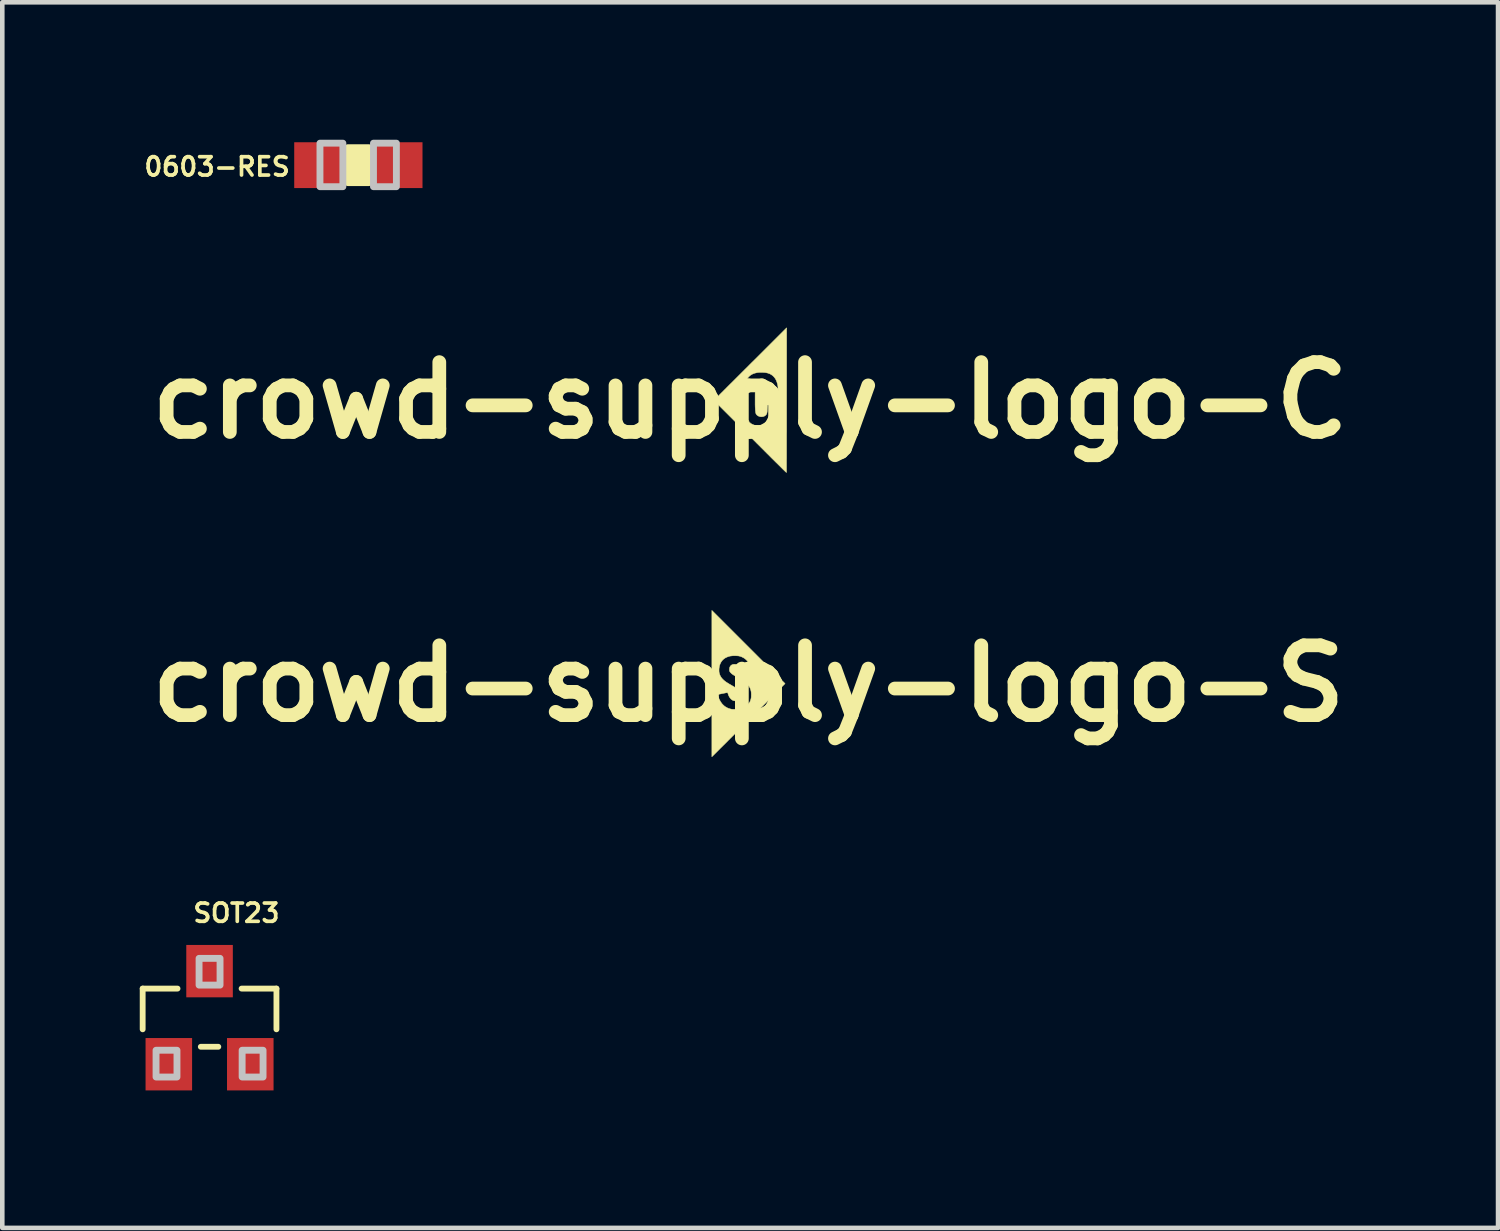
<source format=kicad_pcb>
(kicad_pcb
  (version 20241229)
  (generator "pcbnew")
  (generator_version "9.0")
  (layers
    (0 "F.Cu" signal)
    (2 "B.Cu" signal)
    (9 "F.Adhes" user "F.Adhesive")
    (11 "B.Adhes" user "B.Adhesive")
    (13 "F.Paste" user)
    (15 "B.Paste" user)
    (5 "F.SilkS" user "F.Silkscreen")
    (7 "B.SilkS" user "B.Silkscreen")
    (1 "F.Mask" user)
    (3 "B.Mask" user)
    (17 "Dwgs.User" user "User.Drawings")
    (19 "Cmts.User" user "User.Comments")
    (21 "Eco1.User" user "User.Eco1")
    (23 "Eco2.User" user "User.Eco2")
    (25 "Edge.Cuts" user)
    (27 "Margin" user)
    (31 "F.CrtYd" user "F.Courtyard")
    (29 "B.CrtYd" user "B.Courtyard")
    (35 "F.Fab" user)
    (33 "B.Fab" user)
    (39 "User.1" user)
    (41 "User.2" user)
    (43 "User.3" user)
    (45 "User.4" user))
  (footprint "crowd-supply-logo-S"
    (layer "F.Cu")
    (at 13.288 11.87)
    (property "Reference" "crowd-supply-logo-S" (at 0 0 0) (layer "F.SilkS") (effects (font (size 1.524 1.524) (thickness 0.3))))
    (attr through_hole)
    (fp_poly (pts (xy -0.001 -0.798) (xy 0.798 0.001) (xy -0.001 0.8) (xy -0.049 0.848) (xy -0.097 0.896) (xy -0.144 0.943) (xy -0.191 0.99) (xy -0.236 1.035) (xy -0.28 1.079) (xy -0.323 1.122) (xy -0.365 1.164) (xy -0.405 1.204) (xy -0.444 1.243) (xy -0.481 1.28) (xy -0.517 1.316) (xy -0.551 1.35) (xy -0.583 1.382) (xy -0.614 1.412) (xy -0.642 1.441) (xy -0.668 1.467) (xy -0.692 1.491) (xy -0.714 1.513) (xy -0.734 1.533) (xy -0.751 1.55) (xy -0.766 1.565) (xy -0.778 1.577) (xy -0.788 1.586) (xy -0.795 1.593) (xy -0.799 1.597) (xy -0.8 1.598) (xy -0.8 1.596) (xy -0.8 1.59) (xy -0.8 1.579) (xy -0.8 1.565) (xy -0.8 1.547) (xy -0.8 1.526) (xy -0.8 1.5) (xy -0.8 1.471) (xy -0.8 1.439) (xy -0.8 1.404) (xy -0.8 1.365) (xy -0.8 1.323) (xy -0.8 1.278) (xy -0.8 1.23) (xy -0.8 1.18) (xy -0.8 1.127) (xy -0.8 1.071) (xy -0.8 1.013) (xy -0.8 0.952) (xy -0.8 0.889) (xy -0.8 0.824) (xy -0.8 0.757) (xy -0.8 0.688) (xy -0.8 0.617) (xy -0.8 0.544) (xy -0.8 0.469) (xy -0.8 0.393) (xy -0.8 0.316) (xy -0.8 0.247) (xy -0.673 0.247) (xy -0.672 0.254) (xy -0.669 0.263) (xy -0.665 0.276) (xy -0.651 0.315) (xy -0.635 0.351) (xy -0.616 0.386) (xy -0.595 0.418) (xy -0.573 0.447) (xy -0.548 0.472) (xy -0.523 0.494) (xy -0.514 0.501) (xy -0.489 0.516) (xy -0.462 0.531) (xy -0.433 0.543) (xy -0.404 0.552) (xy -0.375 0.559) (xy -0.369 0.56) (xy -0.358 0.561) (xy -0.344 0.562) (xy -0.327 0.563) (xy -0.308 0.563) (xy -0.289 0.563) (xy -0.269 0.562) (xy -0.25 0.561) (xy -0.249 0.561) (xy -0.226 0.559) (xy -0.207 0.557) (xy -0.189 0.554) (xy -0.174 0.551) (xy -0.16 0.547) (xy -0.153 0.545) (xy -0.117 0.531) (xy -0.085 0.515) (xy -0.055 0.495) (xy -0.028 0.473) (xy -0.02 0.465) (xy 0.002 0.44) (xy 0.021 0.414) (xy 0.036 0.387) (xy 0.047 0.357) (xy 0.055 0.325) (xy 0.056 0.321) (xy 0.058 0.309) (xy 0.059 0.294) (xy 0.06 0.277) (xy 0.06 0.258) (xy 0.061 0.239) (xy 0.06 0.22) (xy 0.059 0.203) (xy 0.058 0.188) (xy 0.057 0.176) (xy 0.056 0.174) (xy 0.049 0.142) (xy 0.039 0.112) (xy 0.027 0.085) (xy 0.011 0.059) (xy -0.008 0.034) (xy -0.03 0.009) (xy -0.038 0.001) (xy -0.053 -0.013) (xy -0.069 -0.026) (xy -0.086 -0.04) (xy -0.104 -0.053) (xy -0.123 -0.067) (xy -0.146 -0.081) (xy -0.17 -0.096) (xy -0.198 -0.113) (xy -0.229 -0.13) (xy -0.243 -0.139) (xy -0.267 -0.152) (xy -0.288 -0.164) (xy -0.306 -0.174) (xy -0.321 -0.183) (xy -0.334 -0.192) (xy -0.346 -0.199) (xy -0.355 -0.206) (xy -0.364 -0.213) (xy -0.372 -0.22) (xy -0.38 -0.228) (xy -0.385 -0.233) (xy -0.396 -0.244) (xy -0.404 -0.254) (xy -0.41 -0.264) (xy -0.414 -0.274) (xy -0.416 -0.285) (xy -0.417 -0.3) (xy -0.417 -0.3) (xy -0.416 -0.323) (xy -0.413 -0.343) (xy -0.407 -0.361) (xy -0.398 -0.377) (xy -0.388 -0.39) (xy -0.373 -0.403) (xy -0.356 -0.412) (xy -0.336 -0.418) (xy -0.314 -0.421) (xy -0.308 -0.421) (xy -0.297 -0.421) (xy -0.284 -0.419) (xy -0.271 -0.417) (xy -0.259 -0.414) (xy -0.249 -0.411) (xy -0.245 -0.41) (xy -0.233 -0.402) (xy -0.22 -0.39) (xy -0.207 -0.376) (xy -0.194 -0.359) (xy -0.182 -0.341) (xy -0.171 -0.321) (xy -0.164 -0.308) (xy -0.159 -0.298) (xy -0.155 -0.29) (xy -0.151 -0.283) (xy -0.149 -0.28) (xy -0.145 -0.275) (xy -0.142 -0.274) (xy -0.137 -0.274) (xy -0.137 -0.274) (xy -0.131 -0.276) (xy -0.122 -0.278) (xy -0.11 -0.281) (xy -0.096 -0.285) (xy -0.08 -0.29) (xy -0.063 -0.294) (xy -0.046 -0.299) (xy -0.029 -0.305) (xy -0.012 -0.309) (xy 0.003 -0.314) (xy 0.017 -0.319) (xy 0.029 -0.322) (xy 0.039 -0.325) (xy 0.045 -0.327) (xy 0.047 -0.328) (xy 0.05 -0.332) (xy 0.051 -0.337) (xy 0.05 -0.344) (xy 0.047 -0.354) (xy 0.043 -0.366) (xy 0.038 -0.38) (xy 0.032 -0.395) (xy 0.026 -0.411) (xy 0.019 -0.425) (xy 0.012 -0.439) (xy 0.007 -0.448) (xy -0.012 -0.477) (xy -0.035 -0.503) (xy -0.06 -0.527) (xy -0.087 -0.549) (xy -0.117 -0.567) (xy -0.148 -0.582) (xy -0.18 -0.594) (xy -0.212 -0.602) (xy -0.214 -0.602) (xy -0.226 -0.604) (xy -0.241 -0.605) (xy -0.259 -0.606) (xy -0.277 -0.607) (xy -0.297 -0.607) (xy -0.316 -0.607) (xy -0.333 -0.607) (xy -0.349 -0.606) (xy -0.352 -0.606) (xy -0.374 -0.603) (xy -0.392 -0.601) (xy -0.409 -0.598) (xy -0.424 -0.594) (xy -0.441 -0.589) (xy -0.443 -0.588) (xy -0.477 -0.575) (xy -0.508 -0.559) (xy -0.536 -0.54) (xy -0.561 -0.518) (xy -0.583 -0.493) (xy -0.601 -0.466) (xy -0.616 -0.436) (xy -0.629 -0.403) (xy -0.638 -0.367) (xy -0.639 -0.357) (xy -0.642 -0.336) (xy -0.644 -0.314) (xy -0.644 -0.292) (xy -0.644 -0.27) (xy -0.642 -0.251) (xy -0.641 -0.241) (xy -0.633 -0.21) (xy -0.622 -0.18) (xy -0.607 -0.151) (xy -0.588 -0.123) (xy -0.565 -0.097) (xy -0.538 -0.071) (xy -0.537 -0.07) (xy -0.527 -0.062) (xy -0.517 -0.054) (xy -0.507 -0.046) (xy -0.495 -0.037) (xy -0.483 -0.029) (xy -0.469 -0.02) (xy -0.453 -0.01) (xy -0.435 0.001) (xy -0.414 0.014) (xy -0.391 0.027) (xy -0.364 0.043) (xy -0.358 0.047) (xy -0.329 0.063) (xy -0.304 0.078) (xy -0.282 0.092) (xy -0.263 0.105) (xy -0.246 0.116) (xy -0.232 0.127) (xy -0.219 0.138) (xy -0.207 0.148) (xy -0.203 0.152) (xy -0.188 0.17) (xy -0.176 0.188) (xy -0.168 0.207) (xy -0.164 0.228) (xy -0.163 0.251) (xy -0.164 0.257) (xy -0.167 0.281) (xy -0.173 0.303) (xy -0.182 0.321) (xy -0.194 0.338) (xy -0.209 0.352) (xy -0.215 0.356) (xy -0.23 0.365) (xy -0.245 0.371) (xy -0.263 0.375) (xy -0.27 0.377) (xy -0.294 0.378) (xy -0.316 0.375) (xy -0.337 0.369) (xy -0.356 0.359) (xy -0.375 0.344) (xy -0.383 0.337) (xy -0.403 0.314) (xy -0.42 0.289) (xy -0.434 0.26) (xy -0.445 0.231) (xy -0.448 0.218) (xy -0.452 0.209) (xy -0.455 0.204) (xy -0.459 0.2) (xy -0.463 0.199) (xy -0.468 0.198) (xy -0.472 0.199) (xy -0.481 0.2) (xy -0.492 0.202) (xy -0.505 0.205) (xy -0.521 0.208) (xy -0.537 0.211) (xy -0.555 0.215) (xy -0.573 0.218) (xy -0.591 0.222) (xy -0.608 0.226) (xy -0.625 0.229) (xy -0.639 0.232) (xy -0.652 0.235) (xy -0.661 0.237) (xy -0.668 0.239) (xy -0.671 0.24) (xy -0.673 0.242) (xy -0.673 0.247) (xy -0.8 0.247) (xy -0.8 0.237) (xy -0.8 0.157) (xy -0.8 0.076) (xy -0.8 -1.597) (xy -0.001 -0.798)) (stroke (width 0.01) (type solid)) (fill yes) (layer "F.SilkS")))
  (footprint "SOT23"
    (layer "F.Cu")
    (at 1.524 19.163)
    (property "Reference" "SOT23" (at -0.4 -2.05 0) (layer "F.SilkS") (effects (font (size 0.4 0.4) (thickness 0.08)) (justify left bottom)))
    (attr through_hole)
    (fp_line (start -1.46 -0.635) (end -1.46 0.254) (stroke (width 0.127) (type solid)) (layer "F.SilkS"))
    (fp_line (start -0.699 -0.635) (end -1.46 -0.635) (stroke (width 0.127) (type solid)) (layer "F.SilkS"))
    (fp_line (start -0.191 0.635) (end 0.191 0.635) (stroke (width 0.127) (type solid)) (layer "F.SilkS"))
    (fp_line (start 1.46 -0.635) (end 0.699 -0.635) (stroke (width 0.127) (type solid)) (layer "F.SilkS"))
    (fp_line (start 1.46 0.254) (end 1.46 -0.635) (stroke (width 0.127) (type solid)) (layer "F.SilkS"))
    (fp_poly (pts (xy -1.168 1.295) (xy -0.711 1.295) (xy -0.711 0.711) (xy -1.168 0.711)) (stroke (width 0.15) (type solid)) (fill no) (layer "Dwgs.User"))
    (fp_poly (pts (xy -0.229 -0.711) (xy 0.229 -0.711) (xy 0.229 -1.295) (xy -0.229 -1.295)) (stroke (width 0.15) (type solid)) (fill no) (layer "Dwgs.User"))
    (fp_poly (pts (xy 0.711 1.295) (xy 1.168 1.295) (xy 1.168 0.711) (xy 0.711 0.711)) (stroke (width 0.15) (type solid)) (fill no) (layer "Dwgs.User"))
    (pad "1" smd rect (at -0.889 1.016 180) (size 1.016 1.143) (layers "F.Cu" "F.Mask" "F.Paste"))
    (pad "2" smd rect (at 0.889 1.016) (size 1.016 1.143) (layers "F.Cu" "F.Mask" "F.Paste"))
    (pad "3" smd rect (at 0 -1.016) (size 1.016 1.143) (layers "F.Cu" "F.Mask" "F.Paste")))
  (footprint "crowd-supply-logo-C"
    (layer "F.Cu")
    (at 13.324 5.689)
    (property "Reference" "crowd-supply-logo-C" (at 0 0 0) (layer "F.SilkS") (effects (font (size 1.524 1.524) (thickness 0.3))))
    (attr through_hole)
    (fp_poly (pts (xy -0.042 0.431) (xy -0.043 0.432) (xy -0.044 0.431) (xy -0.043 0.43) (xy -0.042 0.431)) (stroke (width 0.01) (type solid)) (fill yes) (layer "F.SilkS"))
    (fp_poly (pts (xy -0.021 0.458) (xy -0.022 0.459) (xy -0.023 0.458) (xy -0.022 0.457) (xy -0.021 0.458)) (stroke (width 0.01) (type solid)) (fill yes) (layer "F.SilkS"))
    (fp_poly (pts (xy 0 0.477) (xy -0.001 0.478) (xy -0.002 0.477) (xy -0.001 0.476) (xy 0 0.477)) (stroke (width 0.01) (type solid)) (fill yes) (layer "F.SilkS"))
    (fp_poly (pts (xy -0.109 -0.253) (xy -0.108 -0.251) (xy -0.109 -0.25) (xy -0.11 -0.251) (xy -0.11 -0.252) (xy -0.109 -0.254) (xy -0.109 -0.253)) (stroke (width 0.01) (type solid)) (fill yes) (layer "F.SilkS"))
    (fp_poly (pts (xy -0.107 -0.304) (xy -0.106 -0.302) (xy -0.107 -0.301) (xy -0.108 -0.302) (xy -0.108 -0.303) (xy -0.107 -0.304) (xy -0.107 -0.304)) (stroke (width 0.01) (type solid)) (fill yes) (layer "F.SilkS"))
    (fp_poly (pts (xy -0.039 0.437) (xy -0.038 0.438) (xy -0.035 0.44) (xy -0.034 0.442) (xy -0.035 0.442) (xy -0.038 0.439) (xy -0.038 0.439) (xy -0.04 0.436) (xy -0.039 0.437)) (stroke (width 0.01) (type solid)) (fill yes) (layer "F.SilkS"))
    (fp_poly (pts (xy -0.029 0.449) (xy -0.025 0.453) (xy -0.023 0.455) (xy -0.024 0.455) (xy -0.026 0.454) (xy -0.029 0.45) (xy -0.03 0.449) (xy -0.035 0.443) (xy -0.029 0.449)) (stroke (width 0.01) (type solid)) (fill yes) (layer "F.SilkS"))
    (fp_poly (pts (xy 0.795 -0.008) (xy 0.795 0.073) (xy 0.795 0.154) (xy 0.795 0.233) (xy 0.795 0.311) (xy 0.795 0.388) (xy 0.795 0.463) (xy 0.795 0.537) (xy 0.795 0.609) (xy 0.795 0.68) (xy 0.794 0.748) (xy 0.794 0.815) (xy 0.794 0.879) (xy 0.794 0.942) (xy 0.794 1.002) (xy 0.794 1.059) (xy 0.794 1.115) (xy 0.794 1.167) (xy 0.794 1.217) (xy 0.794 1.264) (xy 0.793 1.308) (xy 0.793 1.349) (xy 0.793 1.387) (xy 0.793 1.422) (xy 0.793 1.454) (xy 0.793 1.482) (xy 0.793 1.506) (xy 0.793 1.527) (xy 0.793 1.544) (xy 0.793 1.558) (xy 0.792 1.567) (xy 0.792 1.572) (xy 0.792 1.573) (xy 0.792 1.574) (xy 0.792 1.574) (xy 0.791 1.574) (xy 0.79 1.574) (xy 0.789 1.573) (xy 0.787 1.571) (xy 0.785 1.57) (xy 0.782 1.567) (xy 0.779 1.564) (xy 0.774 1.56) (xy 0.769 1.555) (xy 0.763 1.549) (xy 0.756 1.543) (xy 0.748 1.535) (xy 0.739 1.526) (xy 0.728 1.515) (xy 0.716 1.504) (xy 0.703 1.491) (xy 0.689 1.477) (xy 0.673 1.461) (xy 0.655 1.443) (xy 0.636 1.424) (xy 0.615 1.403) (xy 0.592 1.38) (xy 0.567 1.356) (xy 0.54 1.329) (xy 0.511 1.3) (xy 0.48 1.27) (xy 0.447 1.237) (xy 0.412 1.201) (xy 0.374 1.164) (xy 0.334 1.124) (xy 0.292 1.081) (xy 0.246 1.036) (xy 0.199 0.988) (xy 0.148 0.938) (xy 0.095 0.884) (xy 0.038 0.828) (xy -0.000058 0.79) (xy -0.791 0.000338) (xy -0.736 -0.055) (xy -0.731 -0.06) (xy -0.723 -0.068) (xy -0.712 -0.079) (xy -0.698 -0.092) (xy -0.698 -0.092) (xy -0.12 -0.092) (xy -0.12 -0.058) (xy -0.12 -0.023) (xy -0.12 0.013) (xy -0.12 0.049) (xy -0.119 0.085) (xy -0.119 0.121) (xy -0.119 0.127) (xy -0.116 0.297) (xy -0.096 0.348) (xy -0.089 0.366) (xy -0.083 0.381) (xy -0.078 0.393) (xy -0.074 0.402) (xy -0.07 0.41) (xy -0.066 0.418) (xy -0.062 0.425) (xy -0.058 0.432) (xy -0.053 0.438) (xy -0.036 0.461) (xy -0.015 0.482) (xy 0.009 0.501) (xy 0.036 0.517) (xy 0.066 0.531) (xy 0.097 0.542) (xy 0.131 0.55) (xy 0.152 0.553) (xy 0.164 0.555) (xy 0.173 0.556) (xy 0.182 0.557) (xy 0.19 0.557) (xy 0.199 0.558) (xy 0.21 0.558) (xy 0.222 0.558) (xy 0.238 0.558) (xy 0.253 0.558) (xy 0.276 0.557) (xy 0.297 0.556) (xy 0.315 0.555) (xy 0.329 0.554) (xy 0.332 0.554) (xy 0.37 0.547) (xy 0.405 0.536) (xy 0.437 0.523) (xy 0.466 0.507) (xy 0.493 0.487) (xy 0.517 0.464) (xy 0.538 0.438) (xy 0.556 0.409) (xy 0.565 0.391) (xy 0.574 0.371) (xy 0.582 0.35) (xy 0.589 0.328) (xy 0.594 0.304) (xy 0.599 0.279) (xy 0.603 0.251) (xy 0.606 0.22) (xy 0.608 0.185) (xy 0.608 0.183) (xy 0.609 0.168) (xy 0.61 0.152) (xy 0.611 0.139) (xy 0.612 0.127) (xy 0.613 0.118) (xy 0.613 0.114) (xy 0.614 0.099) (xy 0.496 0.099) (xy 0.475 0.1) (xy 0.454 0.1) (xy 0.435 0.1) (xy 0.418 0.1) (xy 0.404 0.1) (xy 0.393 0.1) (xy 0.384 0.101) (xy 0.38 0.101) (xy 0.379 0.101) (xy 0.379 0.107) (xy 0.378 0.117) (xy 0.378 0.129) (xy 0.377 0.143) (xy 0.376 0.159) (xy 0.375 0.176) (xy 0.374 0.192) (xy 0.373 0.208) (xy 0.372 0.222) (xy 0.372 0.235) (xy 0.371 0.245) (xy 0.37 0.251) (xy 0.37 0.252) (xy 0.367 0.271) (xy 0.363 0.286) (xy 0.357 0.3) (xy 0.349 0.312) (xy 0.338 0.324) (xy 0.335 0.326) (xy 0.318 0.339) (xy 0.298 0.349) (xy 0.276 0.355) (xy 0.253 0.358) (xy 0.248 0.358) (xy 0.222 0.356) (xy 0.199 0.35) (xy 0.177 0.341) (xy 0.158 0.329) (xy 0.148 0.32) (xy 0.142 0.313) (xy 0.136 0.307) (xy 0.131 0.3) (xy 0.127 0.292) (xy 0.124 0.283) (xy 0.121 0.273) (xy 0.119 0.261) (xy 0.117 0.246) (xy 0.115 0.229) (xy 0.113 0.209) (xy 0.112 0.186) (xy 0.11 0.159) (xy 0.11 0.152) (xy 0.109 0.138) (xy 0.109 0.12) (xy 0.108 0.098) (xy 0.108 0.074) (xy 0.108 0.048) (xy 0.108 0.021) (xy 0.108 -0.008) (xy 0.108 -0.036) (xy 0.108 -0.065) (xy 0.108 -0.092) (xy 0.108 -0.119) (xy 0.108 -0.143) (xy 0.109 -0.165) (xy 0.109 -0.184) (xy 0.11 -0.198) (xy 0.111 -0.223) (xy 0.113 -0.246) (xy 0.114 -0.268) (xy 0.116 -0.287) (xy 0.118 -0.302) (xy 0.119 -0.315) (xy 0.121 -0.323) (xy 0.125 -0.336) (xy 0.133 -0.351) (xy 0.142 -0.365) (xy 0.153 -0.377) (xy 0.162 -0.386) (xy 0.175 -0.394) (xy 0.188 -0.401) (xy 0.201 -0.405) (xy 0.217 -0.408) (xy 0.234 -0.409) (xy 0.242 -0.409) (xy 0.268 -0.407) (xy 0.291 -0.403) (xy 0.311 -0.396) (xy 0.328 -0.386) (xy 0.342 -0.373) (xy 0.353 -0.356) (xy 0.362 -0.337) (xy 0.368 -0.317) (xy 0.371 -0.302) (xy 0.374 -0.284) (xy 0.375 -0.264) (xy 0.376 -0.24) (xy 0.377 -0.213) (xy 0.377 -0.205) (xy 0.377 -0.159) (xy 0.61 -0.159) (xy 0.609 -0.225) (xy 0.609 -0.248) (xy 0.608 -0.268) (xy 0.607 -0.285) (xy 0.606 -0.3) (xy 0.604 -0.313) (xy 0.602 -0.327) (xy 0.6 -0.34) (xy 0.596 -0.354) (xy 0.594 -0.365) (xy 0.582 -0.403) (xy 0.568 -0.438) (xy 0.552 -0.469) (xy 0.532 -0.498) (xy 0.51 -0.523) (xy 0.486 -0.545) (xy 0.458 -0.563) (xy 0.441 -0.573) (xy 0.421 -0.583) (xy 0.4 -0.59) (xy 0.379 -0.597) (xy 0.355 -0.602) (xy 0.328 -0.607) (xy 0.327 -0.607) (xy 0.313 -0.608) (xy 0.297 -0.609) (xy 0.278 -0.61) (xy 0.257 -0.611) (xy 0.236 -0.611) (xy 0.216 -0.61) (xy 0.196 -0.61) (xy 0.179 -0.609) (xy 0.165 -0.607) (xy 0.161 -0.607) (xy 0.122 -0.599) (xy 0.086 -0.589) (xy 0.054 -0.576) (xy 0.024 -0.56) (xy -0.002 -0.542) (xy -0.026 -0.52) (xy -0.048 -0.496) (xy -0.067 -0.468) (xy -0.069 -0.464) (xy -0.083 -0.439) (xy -0.094 -0.412) (xy -0.103 -0.385) (xy -0.11 -0.356) (xy -0.115 -0.324) (xy -0.116 -0.305) (xy -0.117 -0.294) (xy -0.118 -0.279) (xy -0.118 -0.26) (xy -0.119 -0.238) (xy -0.119 -0.214) (xy -0.12 -0.186) (xy -0.12 -0.157) (xy -0.12 -0.125) (xy -0.12 -0.092) (xy -0.698 -0.092) (xy -0.682 -0.108) (xy -0.664 -0.127) (xy -0.643 -0.148) (xy -0.62 -0.171) (xy -0.594 -0.196) (xy -0.567 -0.224) (xy -0.537 -0.253) (xy -0.506 -0.285) (xy -0.473 -0.318) (xy -0.438 -0.353) (xy -0.401 -0.389) (xy -0.363 -0.427) (xy -0.324 -0.466) (xy -0.283 -0.507) (xy -0.241 -0.549) (xy -0.198 -0.592) (xy -0.154 -0.636) (xy -0.109 -0.681) (xy -0.063 -0.726) (xy -0.017 -0.773) (xy 0.03 -0.82) (xy 0.058 -0.847) (xy 0.796 -1.584) (xy 0.795 -0.008)) (stroke (width 0.01) (type solid)) (fill yes) (layer "F.SilkS")))
  (footprint "0603-RES"
    (layer "F.Cu")
    (at 4.772 0.555)
    (property "Reference" "0603-RES" (at -1.45 -0.2 0) (layer "F.SilkS") (effects (font (size 0.4 0.4) (thickness 0.08)) (justify right top)))
    (attr through_hole)
    (fp_poly (pts (xy -0.229 0.381) (xy 0.229 0.381) (xy 0.229 -0.381) (xy -0.229 -0.381)) (stroke (width 0.15) (type solid)) (fill yes) (layer "F.SilkS"))
    (fp_poly (pts (xy -0.2 0.3) (xy 0.2 0.3) (xy 0.2 -0.3) (xy -0.2 -0.3)) (stroke (width 0.15) (type solid)) (fill yes) (layer "F.Adhes"))
    (fp_poly (pts (xy -0.838 0.47) (xy -0.338 0.47) (xy -0.338 -0.48) (xy -0.838 -0.48)) (stroke (width 0.15) (type solid)) (fill no) (layer "Dwgs.User"))
    (fp_poly (pts (xy 0.33 0.47) (xy 0.83 0.47) (xy 0.83 -0.48) (xy 0.33 -0.48)) (stroke (width 0.15) (type solid)) (fill no) (layer "Dwgs.User"))
    (pad "1" smd rect (at -0.85 0) (size 1.1 1) (layers "F.Cu" "F.Mask" "F.Paste"))
    (pad "2" smd rect (at 0.85 0) (size 1.1 1) (layers "F.Cu" "F.Mask" "F.Paste")))
  (gr_rect
    (start -3 -3)
    (end 29.648 23.751)
    (stroke (width 0.1) (type default))
    (fill no)
    (layer "Edge.Cuts")))
</source>
